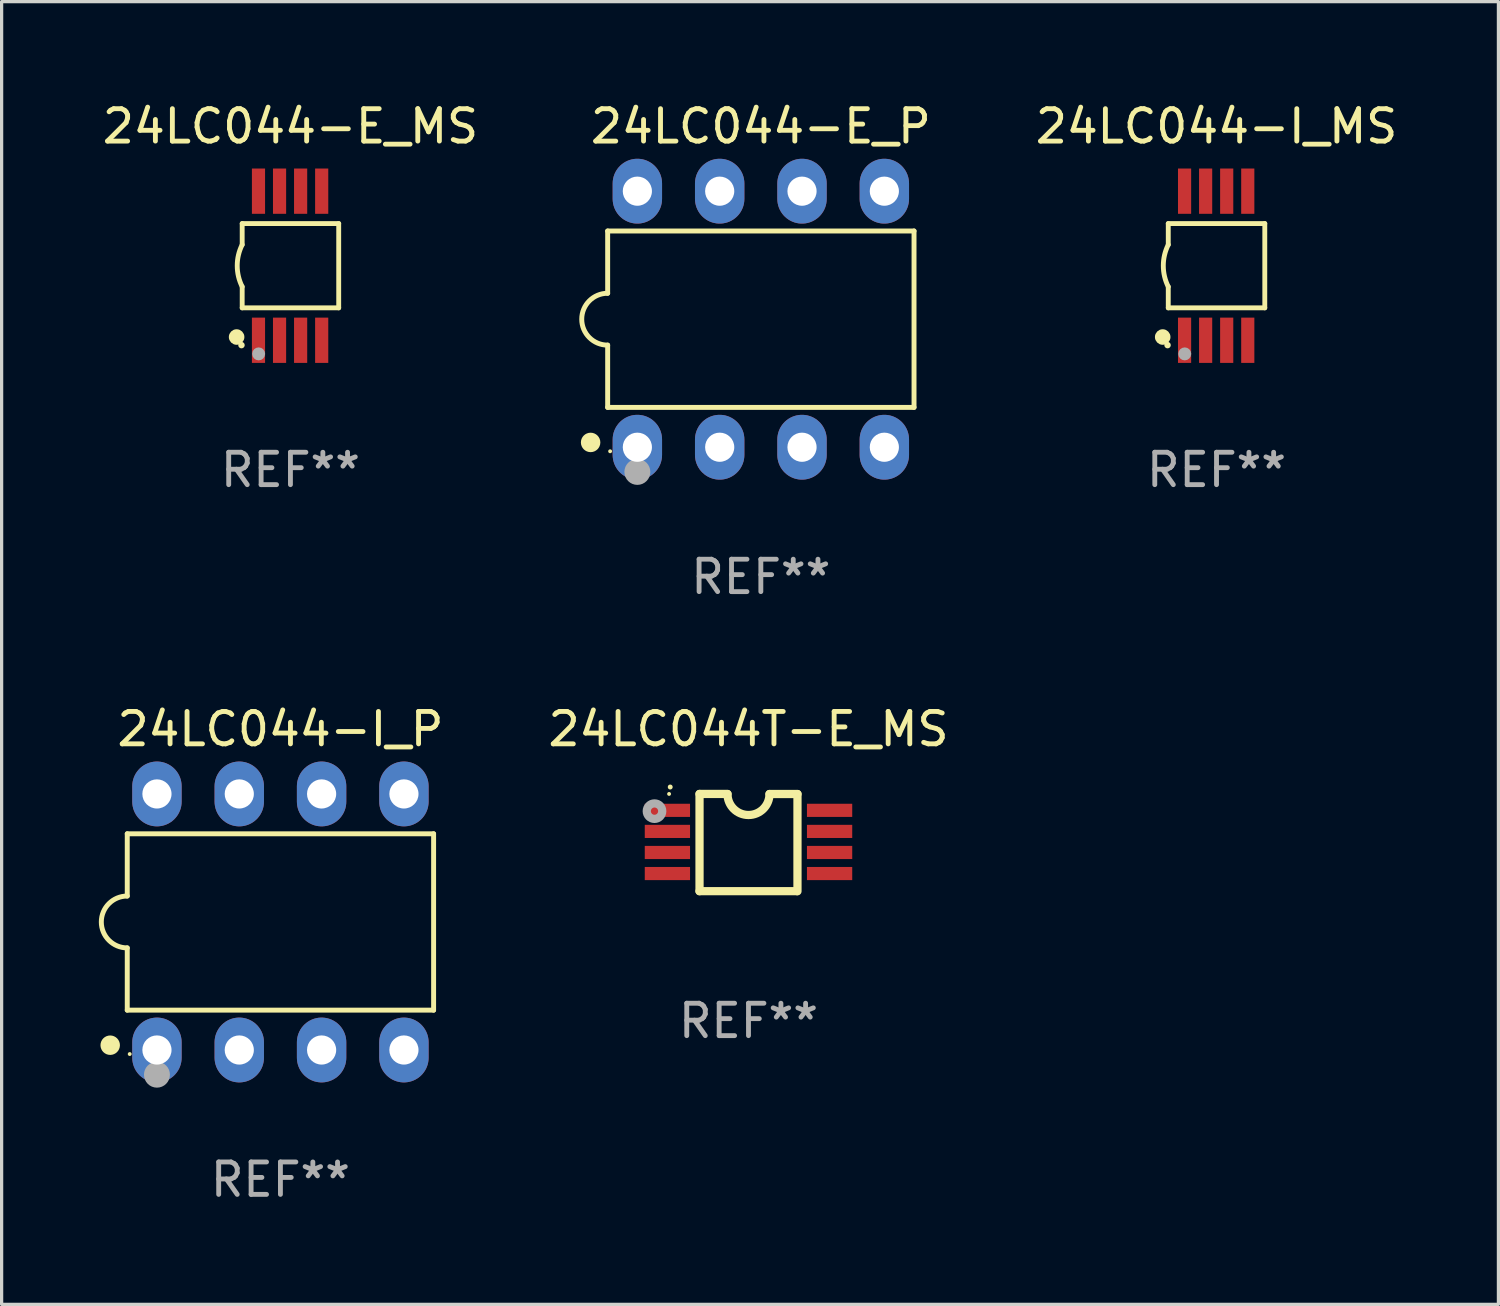
<source format=kicad_pcb>
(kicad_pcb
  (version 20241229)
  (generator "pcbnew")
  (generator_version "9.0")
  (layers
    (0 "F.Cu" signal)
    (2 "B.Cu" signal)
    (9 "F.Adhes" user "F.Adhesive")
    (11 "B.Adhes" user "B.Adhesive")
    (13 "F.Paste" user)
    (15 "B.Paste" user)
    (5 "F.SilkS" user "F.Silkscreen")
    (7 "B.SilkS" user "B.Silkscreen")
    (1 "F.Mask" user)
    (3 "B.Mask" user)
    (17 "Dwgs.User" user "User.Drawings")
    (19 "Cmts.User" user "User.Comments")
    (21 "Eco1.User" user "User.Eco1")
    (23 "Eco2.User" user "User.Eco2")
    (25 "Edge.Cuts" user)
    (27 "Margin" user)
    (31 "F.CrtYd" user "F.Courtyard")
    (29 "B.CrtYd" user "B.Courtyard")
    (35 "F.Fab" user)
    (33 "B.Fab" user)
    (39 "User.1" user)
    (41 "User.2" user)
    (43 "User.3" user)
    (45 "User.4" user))
  (footprint "24LC044-E_P"
    (layer "F.Cu")
    (at 20.424 6.798)
    (property "Reference" "24LC044-E_P" (at 0 -5.95 0) (layer "F.SilkS") (effects (font (size 1 1) (thickness 0.15))))
    (attr through_hole)
    (fp_line (start -4.726 -2.721) (end -4.726 -0.8) (stroke (width 0.152) (type solid)) (layer "F.SilkS"))
    (fp_line (start -4.726 0.8) (end -4.726 2.721) (stroke (width 0.152) (type solid)) (layer "F.SilkS"))
    (fp_line (start -4.726 2.721) (end 4.726 2.721) (stroke (width 0.152) (type solid)) (layer "F.SilkS"))
    (fp_line (start 4.726 -2.721) (end -4.726 -2.721) (stroke (width 0.152) (type solid)) (layer "F.SilkS"))
    (fp_line (start 4.726 2.721) (end 4.726 -2.721) (stroke (width 0.152) (type solid)) (layer "F.SilkS"))
    (fp_arc (start -4.726213 0.8) (mid -5.526213 0) (end -4.726213 -0.8) (stroke (width 0.1524) (type solid)) (layer "F.SilkS"))
    (fp_circle (center -5.252 3.802) (end -5.102 3.802) (stroke (width 0.3) (type solid)) (fill no) (layer "F.SilkS"))
    (fp_circle (center -4.65 4.075) (end -4.62 4.075) (stroke (width 0.06) (type solid)) (fill no) (layer "F.SilkS"))
    (fp_circle (center -3.81 4.712) (end -3.61 4.712) (stroke (width 0.4) (type solid)) (fill no) (layer "F.Fab"))
    (fp_text user "REF**" (at 0 7.95 0) (layer "F.Fab") (effects (font (size 1 1) (thickness 0.15))))
    (pad "1" thru_hole oval (at -3.81 3.95) (size 1.524 2) (drill 0.9) (layers "*.Cu" "*.Mask"))
    (pad "2" thru_hole oval (at -1.27 3.95) (size 1.524 2) (drill 0.9) (layers "*.Cu" "*.Mask"))
    (pad "3" thru_hole oval (at 1.27 3.95) (size 1.524 2) (drill 0.9) (layers "*.Cu" "*.Mask"))
    (pad "4" thru_hole oval (at 3.81 3.95) (size 1.524 2) (drill 0.9) (layers "*.Cu" "*.Mask"))
    (pad "5" thru_hole oval (at 3.81 -3.95) (size 1.524 2) (drill 0.9) (layers "*.Cu" "*.Mask"))
    (pad "6" thru_hole oval (at 1.27 -3.95) (size 1.524 2) (drill 0.9) (layers "*.Cu" "*.Mask"))
    (pad "7" thru_hole oval (at -1.27 -3.95) (size 1.524 2) (drill 0.9) (layers "*.Cu" "*.Mask"))
    (pad "8" thru_hole oval (at -3.81 -3.95) (size 1.524 2) (drill 0.9) (layers "*.Cu" "*.Mask")))
  (footprint "24LC044T-E_MS"
    (layer "F.Cu")
    (at 20.043 22.946)
    (property "Reference" "24LC044T-E_MS" (at 0 -3.501 0) (layer "F.SilkS") (effects (font (size 1 1) (thickness 0.15))))
    (attr through_hole)
    (fp_line (start -1.511 -1.501) (end -1.511 1.499) (stroke (width 0.254) (type solid)) (layer "F.SilkS"))
    (fp_line (start -1.511 -1.501) (end -0.648 -1.501) (stroke (width 0.254) (type solid)) (layer "F.SilkS"))
    (fp_line (start -1.511 1.499) (end 1.489 1.499) (stroke (width 0.254) (type solid)) (layer "F.SilkS"))
    (fp_line (start 0.648 -1.499) (end 1.511 -1.499) (stroke (width 0.254) (type solid)) (layer "F.SilkS"))
    (fp_line (start 1.511 -1.499) (end 1.511 1.501) (stroke (width 0.254) (type solid)) (layer "F.SilkS"))
    (fp_arc (start -2.41491 -1.713233) (mid -2.414916 -1.714503) (end -2.41491 -1.715773) (stroke (width 0.150013) (type solid)) (layer "F.SilkS"))
    (fp_arc (start 0.647803 -1.498603) (mid 0.000102 -0.850902) (end -0.647599 -1.498603) (stroke (width 0.254001) (type solid)) (layer "F.SilkS"))
    (fp_circle (center -2.45 -1.501) (end -2.42 -1.501) (stroke (width 0.06) (type solid)) (fill no) (layer "F.SilkS"))
    (fp_circle (center -2.9 -0.97) (end -2.788 -0.97) (stroke (width 0.254) (type solid)) (fill no) (layer "F.Fab"))
    (fp_text user "REF**" (at 0 5.501 0) (layer "F.Fab") (effects (font (size 1 1) (thickness 0.15))))
    (pad "1" smd rect (at -2.502 -0.995) (size 1.397 0.406) (layers "F.Cu" "F.Mask" "F.Paste"))
    (pad "2" smd rect (at -2.502 -0.345) (size 1.397 0.406) (layers "F.Cu" "F.Mask" "F.Paste"))
    (pad "3" smd rect (at -2.502 0.305) (size 1.397 0.406) (layers "F.Cu" "F.Mask" "F.Paste"))
    (pad "4" smd rect (at -2.502 0.955) (size 1.397 0.406) (layers "F.Cu" "F.Mask" "F.Paste"))
    (pad "5" smd rect (at 2.502 0.955) (size 1.397 0.406) (layers "F.Cu" "F.Mask" "F.Paste"))
    (pad "6" smd rect (at 2.502 0.305) (size 1.397 0.406) (layers "F.Cu" "F.Mask" "F.Paste"))
    (pad "7" smd rect (at 2.502 -0.345) (size 1.397 0.406) (layers "F.Cu" "F.Mask" "F.Paste"))
    (pad "8" smd rect (at 2.502 -0.995) (size 1.397 0.406) (layers "F.Cu" "F.Mask" "F.Paste")))
  (footprint "24LC044-I_P"
    (layer "F.Cu")
    (at 5.602 25.395)
    (property "Reference" "24LC044-I_P" (at 0 -5.95 0) (layer "F.SilkS") (effects (font (size 1 1) (thickness 0.15))))
    (attr through_hole)
    (fp_line (start -4.726 -2.721) (end -4.726 -0.8) (stroke (width 0.152) (type solid)) (layer "F.SilkS"))
    (fp_line (start -4.726 0.8) (end -4.726 2.721) (stroke (width 0.152) (type solid)) (layer "F.SilkS"))
    (fp_line (start -4.726 2.721) (end 4.726 2.721) (stroke (width 0.152) (type solid)) (layer "F.SilkS"))
    (fp_line (start 4.726 -2.721) (end -4.726 -2.721) (stroke (width 0.152) (type solid)) (layer "F.SilkS"))
    (fp_line (start 4.726 2.721) (end 4.726 -2.721) (stroke (width 0.152) (type solid)) (layer "F.SilkS"))
    (fp_arc (start -4.726213 0.8) (mid -5.526213 0) (end -4.726213 -0.8) (stroke (width 0.1524) (type solid)) (layer "F.SilkS"))
    (fp_circle (center -5.252 3.802) (end -5.102 3.802) (stroke (width 0.3) (type solid)) (fill no) (layer "F.SilkS"))
    (fp_circle (center -4.65 4.075) (end -4.62 4.075) (stroke (width 0.06) (type solid)) (fill no) (layer "F.SilkS"))
    (fp_circle (center -3.81 4.712) (end -3.61 4.712) (stroke (width 0.4) (type solid)) (fill no) (layer "F.Fab"))
    (fp_text user "REF**" (at 0 7.95 0) (layer "F.Fab") (effects (font (size 1 1) (thickness 0.15))))
    (pad "1" thru_hole oval (at -3.81 3.95) (size 1.524 2) (drill 0.9) (layers "*.Cu" "*.Mask"))
    (pad "2" thru_hole oval (at -1.27 3.95) (size 1.524 2) (drill 0.9) (layers "*.Cu" "*.Mask"))
    (pad "3" thru_hole oval (at 1.27 3.95) (size 1.524 2) (drill 0.9) (layers "*.Cu" "*.Mask"))
    (pad "4" thru_hole oval (at 3.81 3.95) (size 1.524 2) (drill 0.9) (layers "*.Cu" "*.Mask"))
    (pad "5" thru_hole oval (at 3.81 -3.95) (size 1.524 2) (drill 0.9) (layers "*.Cu" "*.Mask"))
    (pad "6" thru_hole oval (at 1.27 -3.95) (size 1.524 2) (drill 0.9) (layers "*.Cu" "*.Mask"))
    (pad "7" thru_hole oval (at -1.27 -3.95) (size 1.524 2) (drill 0.9) (layers "*.Cu" "*.Mask"))
    (pad "8" thru_hole oval (at -3.81 -3.95) (size 1.524 2) (drill 0.9) (layers "*.Cu" "*.Mask")))
  (footprint "24LC044-I_MS"
    (layer "F.Cu")
    (at 34.483 5.148)
    (property "Reference" "24LC044-I_MS" (at 0 -4.3 0) (layer "F.SilkS") (effects (font (size 1 1) (thickness 0.15))))
    (attr through_hole)
    (fp_line (start -1.489 -1.3) (end -1.489 -0.648) (stroke (width 0.15) (type solid)) (layer "F.SilkS"))
    (fp_line (start -1.489 0.648) (end -1.489 1.3) (stroke (width 0.15) (type solid)) (layer "F.SilkS"))
    (fp_line (start -1.489 1.3) (end 1.489 1.3) (stroke (width 0.15) (type solid)) (layer "F.SilkS"))
    (fp_line (start 1.489 -1.3) (end -1.489 -1.3) (stroke (width 0.15) (type solid)) (layer "F.SilkS"))
    (fp_line (start 1.489 1.3) (end 1.489 -1.3) (stroke (width 0.15) (type solid)) (layer "F.SilkS"))
    (fp_arc (start -1.489205 0.647702) (mid -1.642107 0) (end -1.489205 -0.647701) (stroke (width 0.150013) (type solid)) (layer "F.SilkS"))
    (fp_circle (center -1.661 2.2) (end -1.541 2.2) (stroke (width 0.24) (type solid)) (fill no) (layer "F.SilkS"))
    (fp_circle (center -1.511 2.45) (end -1.461 2.45) (stroke (width 0.1) (type solid)) (fill no) (layer "F.SilkS"))
    (fp_circle (center -0.981 2.72) (end -0.881 2.72) (stroke (width 0.2) (type solid)) (fill no) (layer "F.Fab"))
    (fp_text user "REF**" (at 0 6.3 0) (layer "F.Fab") (effects (font (size 1 1) (thickness 0.15))))
    (pad "1" smd rect (at -0.986 2.3) (size 0.406 1.397) (layers "F.Cu" "F.Mask" "F.Paste"))
    (pad "2" smd rect (at -0.336 2.3) (size 0.406 1.397) (layers "F.Cu" "F.Mask" "F.Paste"))
    (pad "3" smd rect (at 0.314 2.3) (size 0.406 1.397) (layers "F.Cu" "F.Mask" "F.Paste"))
    (pad "4" smd rect (at 0.964 2.3) (size 0.406 1.397) (layers "F.Cu" "F.Mask" "F.Paste"))
    (pad "5" smd rect (at 0.964 -2.3) (size 0.406 1.397) (layers "F.Cu" "F.Mask" "F.Paste"))
    (pad "6" smd rect (at 0.314 -2.3) (size 0.406 1.397) (layers "F.Cu" "F.Mask" "F.Paste"))
    (pad "7" smd rect (at -0.336 -2.3) (size 0.406 1.397) (layers "F.Cu" "F.Mask" "F.Paste"))
    (pad "8" smd rect (at -0.986 -2.3) (size 0.406 1.397) (layers "F.Cu" "F.Mask" "F.Paste")))
  (footprint "24LC044-E_MS"
    (layer "F.Cu")
    (at 5.911 5.148)
    (property "Reference" "24LC044-E_MS" (at 0 -4.3 0) (layer "F.SilkS") (effects (font (size 1 1) (thickness 0.15))))
    (attr through_hole)
    (fp_line (start -1.489 -1.3) (end -1.489 -0.648) (stroke (width 0.15) (type solid)) (layer "F.SilkS"))
    (fp_line (start -1.489 0.648) (end -1.489 1.3) (stroke (width 0.15) (type solid)) (layer "F.SilkS"))
    (fp_line (start -1.489 1.3) (end 1.489 1.3) (stroke (width 0.15) (type solid)) (layer "F.SilkS"))
    (fp_line (start 1.489 -1.3) (end -1.489 -1.3) (stroke (width 0.15) (type solid)) (layer "F.SilkS"))
    (fp_line (start 1.489 1.3) (end 1.489 -1.3) (stroke (width 0.15) (type solid)) (layer "F.SilkS"))
    (fp_arc (start -1.489205 0.647702) (mid -1.642107 0) (end -1.489205 -0.647701) (stroke (width 0.150013) (type solid)) (layer "F.SilkS"))
    (fp_circle (center -1.661 2.2) (end -1.541 2.2) (stroke (width 0.24) (type solid)) (fill no) (layer "F.SilkS"))
    (fp_circle (center -1.511 2.45) (end -1.461 2.45) (stroke (width 0.1) (type solid)) (fill no) (layer "F.SilkS"))
    (fp_circle (center -0.981 2.72) (end -0.881 2.72) (stroke (width 0.2) (type solid)) (fill no) (layer "F.Fab"))
    (fp_text user "REF**" (at 0 6.3 0) (layer "F.Fab") (effects (font (size 1 1) (thickness 0.15))))
    (pad "1" smd rect (at -0.986 2.3) (size 0.406 1.397) (layers "F.Cu" "F.Mask" "F.Paste"))
    (pad "2" smd rect (at -0.336 2.3) (size 0.406 1.397) (layers "F.Cu" "F.Mask" "F.Paste"))
    (pad "3" smd rect (at 0.314 2.3) (size 0.406 1.397) (layers "F.Cu" "F.Mask" "F.Paste"))
    (pad "4" smd rect (at 0.964 2.3) (size 0.406 1.397) (layers "F.Cu" "F.Mask" "F.Paste"))
    (pad "5" smd rect (at 0.964 -2.3) (size 0.406 1.397) (layers "F.Cu" "F.Mask" "F.Paste"))
    (pad "6" smd rect (at 0.314 -2.3) (size 0.406 1.397) (layers "F.Cu" "F.Mask" "F.Paste"))
    (pad "7" smd rect (at -0.336 -2.3) (size 0.406 1.397) (layers "F.Cu" "F.Mask" "F.Paste"))
    (pad "8" smd rect (at -0.986 -2.3) (size 0.406 1.397) (layers "F.Cu" "F.Mask" "F.Paste")))
  (gr_rect
    (start -3 -3)
    (end 43.18 37.193)
    (stroke (width 0.1) (type default))
    (fill no)
    (layer "Edge.Cuts")))
</source>
